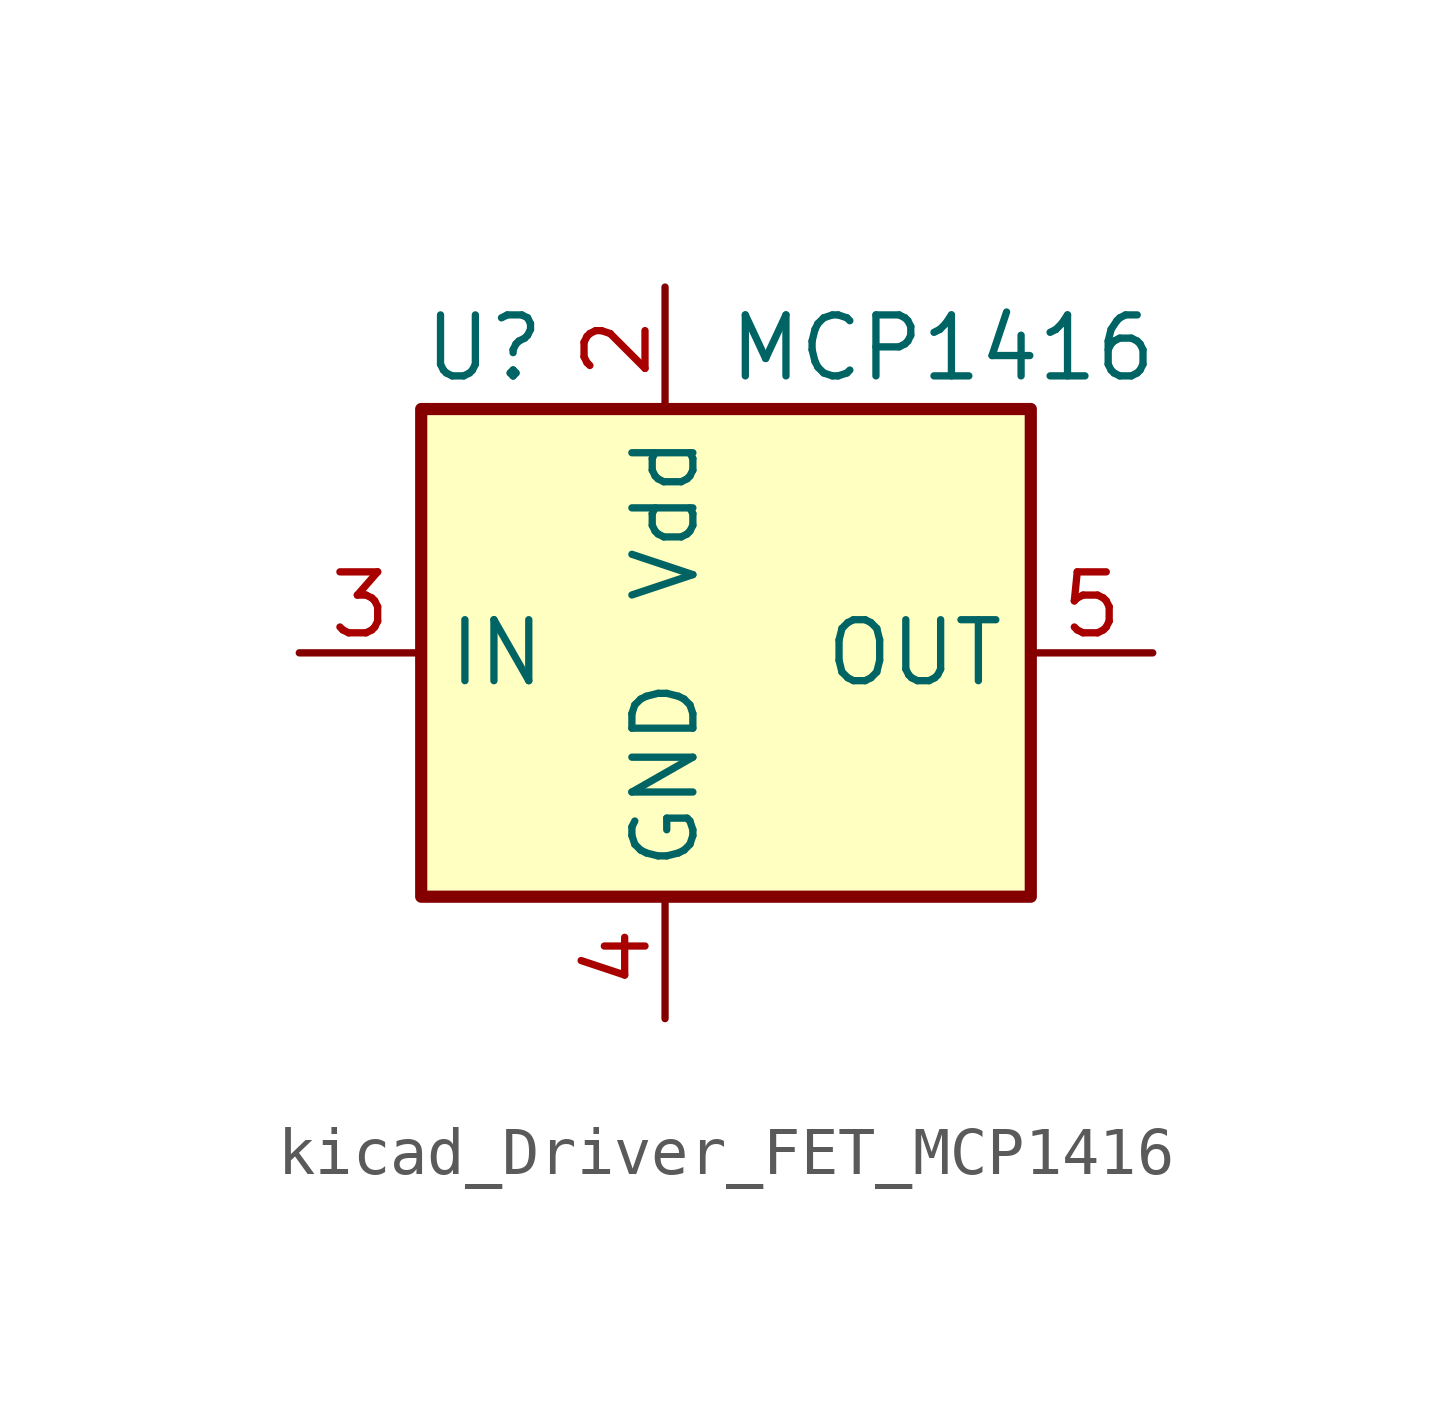
<source format=kicad_sym>
(kicad_symbol_lib
  (version 20220914)
  (generator kicad_symbol_editor)
  (symbol "kicad_Driver_FET_MCP1416"
    (property "Reference" "U"
      (at -5.08 6.35 0)
      (effects (font (size 1.27 1.27)) (justify left)))
    (property "Value" "MCP1416"
      (at 1.27 6.35 0)
      (effects (font (size 1.27 1.27)) (justify left)))
    (symbol "kicad_Driver_FET_MCP1416_0_1"
      (rectangle (start -5.08 5.08) (end 7.62 -5.08) (stroke (width 0.254) (type default)) (fill (type background))))
    (symbol "kicad_Driver_FET_MCP1416_1_1"
      (pin no_connect line (at 7.62 -2.54 180) (length 2.54) hide (name "NC" (effects (font (size 1.27 1.27)))) (number "1" (effects (font (size 1.27 1.27)))))
      (pin power_in line (at 0 7.62 270) (length 2.54) (name "Vdd" (effects (font (size 1.27 1.27)))) (number "2" (effects (font (size 1.27 1.27)))))
      (pin input line (at -7.62 0 0) (length 2.54) (name "IN" (effects (font (size 1.27 1.27)))) (number "3" (effects (font (size 1.27 1.27)))))
      (pin power_in line (at 0 -7.62 90) (length 2.54) (name "GND" (effects (font (size 1.27 1.27)))) (number "4" (effects (font (size 1.27 1.27)))))
      (pin output line (at 10.16 0 180) (length 2.54) (name "OUT" (effects (font (size 1.27 1.27)))) (number "5" (effects (font (size 1.27 1.27))))))))
</source>
